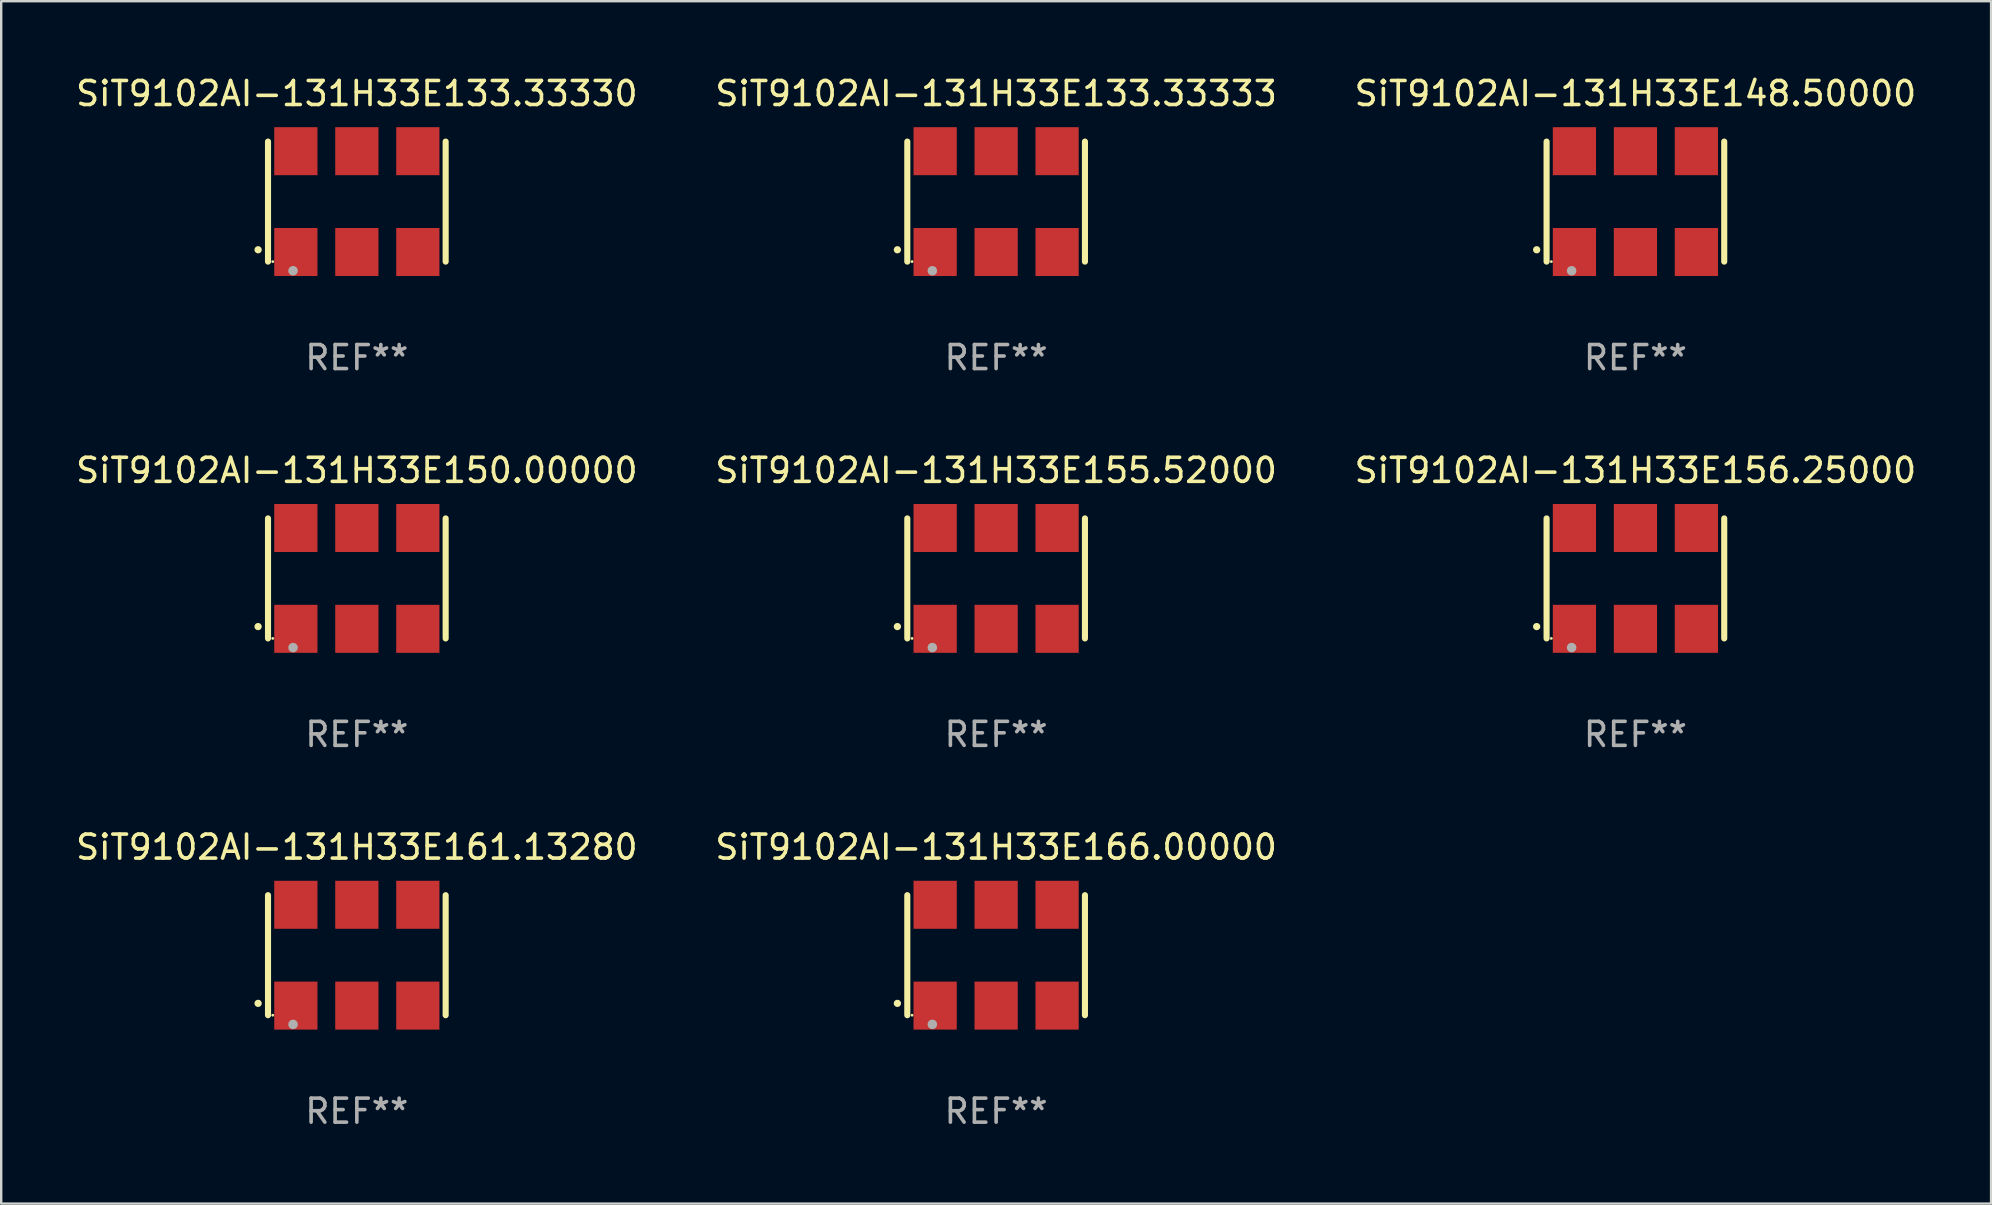
<source format=kicad_pcb>
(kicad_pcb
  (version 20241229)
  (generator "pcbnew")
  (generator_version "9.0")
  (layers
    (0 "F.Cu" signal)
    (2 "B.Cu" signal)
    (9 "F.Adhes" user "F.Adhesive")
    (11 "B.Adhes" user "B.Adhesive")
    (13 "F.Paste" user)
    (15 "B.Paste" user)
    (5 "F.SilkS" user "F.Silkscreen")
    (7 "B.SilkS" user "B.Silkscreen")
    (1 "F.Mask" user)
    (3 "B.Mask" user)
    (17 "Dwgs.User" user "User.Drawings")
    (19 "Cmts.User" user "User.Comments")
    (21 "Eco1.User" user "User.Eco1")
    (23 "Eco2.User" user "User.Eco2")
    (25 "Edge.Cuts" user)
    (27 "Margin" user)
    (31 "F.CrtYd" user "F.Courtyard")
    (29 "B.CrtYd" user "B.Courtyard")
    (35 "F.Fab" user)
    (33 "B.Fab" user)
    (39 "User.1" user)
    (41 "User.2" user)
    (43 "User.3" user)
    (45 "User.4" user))
  (footprint "SiT9102AI-131H33E161.13280"
    (layer "F.Cu")
    (at 11.815 36.741)
    (property "Reference" "SiT9102AI-131H33E161.13280" (at 0 -4.5 0) (layer "F.SilkS") (effects (font (size 1 1) (thickness 0.15))))
    (attr through_hole)
    (fp_line (start -3.7 -2.5) (end -3.7 2.5) (stroke (width 0.254) (type solid)) (layer "F.SilkS"))
    (fp_line (start 3.7 -2.5) (end 3.7 2.5) (stroke (width 0.254) (type solid)) (layer "F.SilkS"))
    (fp_arc (start -4.114415 2.006604) (mid -4.113145 2.006599) (end -4.111875 2.006604) (stroke (width 0.3) (type solid)) (layer "F.SilkS"))
    (fp_circle (center -3.502 2.5) (end -3.472 2.5) (stroke (width 0.06) (type solid)) (fill no) (layer "F.SilkS"))
    (fp_circle (center -2.657 2.882) (end -2.557 2.882) (stroke (width 0.2) (type solid)) (fill no) (layer "F.Fab"))
    (fp_text user "REF**" (at 0 6.5 0) (layer "F.Fab") (effects (font (size 1 1) (thickness 0.15))))
    (pad "1" smd rect (at -2.54 2.1) (size 1.8 2) (layers "F.Cu" "F.Mask" "F.Paste"))
    (pad "2" smd rect (at 0.000394 2.1) (size 1.8 2) (layers "F.Cu" "F.Mask" "F.Paste"))
    (pad "3" smd rect (at 2.54 2.1) (size 1.8 2) (layers "F.Cu" "F.Mask" "F.Paste"))
    (pad "4" smd rect (at 2.54 -2.1) (size 1.8 2) (layers "F.Cu" "F.Mask" "F.Paste"))
    (pad "5" smd rect (at 0.000394 -2.1) (size 1.8 2) (layers "F.Cu" "F.Mask" "F.Paste"))
    (pad "6" smd rect (at -2.54 -2.1) (size 1.8 2) (layers "F.Cu" "F.Mask" "F.Paste")))
  (footprint "SiT9102AI-131H33E150.00000"
    (layer "F.Cu")
    (at 11.815 21.045)
    (property "Reference" "SiT9102AI-131H33E150.00000" (at 0 -4.5 0) (layer "F.SilkS") (effects (font (size 1 1) (thickness 0.15))))
    (attr through_hole)
    (fp_line (start -3.7 -2.5) (end -3.7 2.5) (stroke (width 0.254) (type solid)) (layer "F.SilkS"))
    (fp_line (start 3.7 -2.5) (end 3.7 2.5) (stroke (width 0.254) (type solid)) (layer "F.SilkS"))
    (fp_arc (start -4.114415 2.006604) (mid -4.113145 2.006599) (end -4.111875 2.006604) (stroke (width 0.3) (type solid)) (layer "F.SilkS"))
    (fp_circle (center -3.502 2.5) (end -3.472 2.5) (stroke (width 0.06) (type solid)) (fill no) (layer "F.SilkS"))
    (fp_circle (center -2.657 2.882) (end -2.557 2.882) (stroke (width 0.2) (type solid)) (fill no) (layer "F.Fab"))
    (fp_text user "REF**" (at 0 6.5 0) (layer "F.Fab") (effects (font (size 1 1) (thickness 0.15))))
    (pad "1" smd rect (at -2.54 2.1) (size 1.8 2) (layers "F.Cu" "F.Mask" "F.Paste"))
    (pad "2" smd rect (at 0.000394 2.1) (size 1.8 2) (layers "F.Cu" "F.Mask" "F.Paste"))
    (pad "3" smd rect (at 2.54 2.1) (size 1.8 2) (layers "F.Cu" "F.Mask" "F.Paste"))
    (pad "4" smd rect (at 2.54 -2.1) (size 1.8 2) (layers "F.Cu" "F.Mask" "F.Paste"))
    (pad "5" smd rect (at 0.000394 -2.1) (size 1.8 2) (layers "F.Cu" "F.Mask" "F.Paste"))
    (pad "6" smd rect (at -2.54 -2.1) (size 1.8 2) (layers "F.Cu" "F.Mask" "F.Paste")))
  (footprint "SiT9102AI-131H33E156.25000"
    (layer "F.Cu")
    (at 65.077 21.045)
    (property "Reference" "SiT9102AI-131H33E156.25000" (at 0 -4.5 0) (layer "F.SilkS") (effects (font (size 1 1) (thickness 0.15))))
    (attr through_hole)
    (fp_line (start -3.7 -2.5) (end -3.7 2.5) (stroke (width 0.254) (type solid)) (layer "F.SilkS"))
    (fp_line (start 3.7 -2.5) (end 3.7 2.5) (stroke (width 0.254) (type solid)) (layer "F.SilkS"))
    (fp_arc (start -4.114415 2.006604) (mid -4.113145 2.006599) (end -4.111875 2.006604) (stroke (width 0.3) (type solid)) (layer "F.SilkS"))
    (fp_circle (center -3.502 2.5) (end -3.472 2.5) (stroke (width 0.06) (type solid)) (fill no) (layer "F.SilkS"))
    (fp_circle (center -2.657 2.882) (end -2.557 2.882) (stroke (width 0.2) (type solid)) (fill no) (layer "F.Fab"))
    (fp_text user "REF**" (at 0 6.5 0) (layer "F.Fab") (effects (font (size 1 1) (thickness 0.15))))
    (pad "1" smd rect (at -2.54 2.1) (size 1.8 2) (layers "F.Cu" "F.Mask" "F.Paste"))
    (pad "2" smd rect (at 0.000394 2.1) (size 1.8 2) (layers "F.Cu" "F.Mask" "F.Paste"))
    (pad "3" smd rect (at 2.54 2.1) (size 1.8 2) (layers "F.Cu" "F.Mask" "F.Paste"))
    (pad "4" smd rect (at 2.54 -2.1) (size 1.8 2) (layers "F.Cu" "F.Mask" "F.Paste"))
    (pad "5" smd rect (at 0.000394 -2.1) (size 1.8 2) (layers "F.Cu" "F.Mask" "F.Paste"))
    (pad "6" smd rect (at -2.54 -2.1) (size 1.8 2) (layers "F.Cu" "F.Mask" "F.Paste")))
  (footprint "SiT9102AI-131H33E133.33330"
    (layer "F.Cu")
    (at 11.815 5.348)
    (property "Reference" "SiT9102AI-131H33E133.33330" (at 0 -4.5 0) (layer "F.SilkS") (effects (font (size 1 1) (thickness 0.15))))
    (attr through_hole)
    (fp_line (start -3.7 -2.5) (end -3.7 2.5) (stroke (width 0.254) (type solid)) (layer "F.SilkS"))
    (fp_line (start 3.7 -2.5) (end 3.7 2.5) (stroke (width 0.254) (type solid)) (layer "F.SilkS"))
    (fp_arc (start -4.114415 2.006604) (mid -4.113145 2.006599) (end -4.111875 2.006604) (stroke (width 0.3) (type solid)) (layer "F.SilkS"))
    (fp_circle (center -3.502 2.5) (end -3.472 2.5) (stroke (width 0.06) (type solid)) (fill no) (layer "F.SilkS"))
    (fp_circle (center -2.657 2.882) (end -2.557 2.882) (stroke (width 0.2) (type solid)) (fill no) (layer "F.Fab"))
    (fp_text user "REF**" (at 0 6.5 0) (layer "F.Fab") (effects (font (size 1 1) (thickness 0.15))))
    (pad "1" smd rect (at -2.54 2.1) (size 1.8 2) (layers "F.Cu" "F.Mask" "F.Paste"))
    (pad "2" smd rect (at 0.000394 2.1) (size 1.8 2) (layers "F.Cu" "F.Mask" "F.Paste"))
    (pad "3" smd rect (at 2.54 2.1) (size 1.8 2) (layers "F.Cu" "F.Mask" "F.Paste"))
    (pad "4" smd rect (at 2.54 -2.1) (size 1.8 2) (layers "F.Cu" "F.Mask" "F.Paste"))
    (pad "5" smd rect (at 0.000394 -2.1) (size 1.8 2) (layers "F.Cu" "F.Mask" "F.Paste"))
    (pad "6" smd rect (at -2.54 -2.1) (size 1.8 2) (layers "F.Cu" "F.Mask" "F.Paste")))
  (footprint "SiT9102AI-131H33E148.50000"
    (layer "F.Cu")
    (at 65.077 5.348)
    (property "Reference" "SiT9102AI-131H33E148.50000" (at 0 -4.5 0) (layer "F.SilkS") (effects (font (size 1 1) (thickness 0.15))))
    (attr through_hole)
    (fp_line (start -3.7 -2.5) (end -3.7 2.5) (stroke (width 0.254) (type solid)) (layer "F.SilkS"))
    (fp_line (start 3.7 -2.5) (end 3.7 2.5) (stroke (width 0.254) (type solid)) (layer "F.SilkS"))
    (fp_arc (start -4.114415 2.006604) (mid -4.113145 2.006599) (end -4.111875 2.006604) (stroke (width 0.3) (type solid)) (layer "F.SilkS"))
    (fp_circle (center -3.502 2.5) (end -3.472 2.5) (stroke (width 0.06) (type solid)) (fill no) (layer "F.SilkS"))
    (fp_circle (center -2.657 2.882) (end -2.557 2.882) (stroke (width 0.2) (type solid)) (fill no) (layer "F.Fab"))
    (fp_text user "REF**" (at 0 6.5 0) (layer "F.Fab") (effects (font (size 1 1) (thickness 0.15))))
    (pad "1" smd rect (at -2.54 2.1) (size 1.8 2) (layers "F.Cu" "F.Mask" "F.Paste"))
    (pad "2" smd rect (at 0.000394 2.1) (size 1.8 2) (layers "F.Cu" "F.Mask" "F.Paste"))
    (pad "3" smd rect (at 2.54 2.1) (size 1.8 2) (layers "F.Cu" "F.Mask" "F.Paste"))
    (pad "4" smd rect (at 2.54 -2.1) (size 1.8 2) (layers "F.Cu" "F.Mask" "F.Paste"))
    (pad "5" smd rect (at 0.000394 -2.1) (size 1.8 2) (layers "F.Cu" "F.Mask" "F.Paste"))
    (pad "6" smd rect (at -2.54 -2.1) (size 1.8 2) (layers "F.Cu" "F.Mask" "F.Paste")))
  (footprint "SiT9102AI-131H33E133.33333"
    (layer "F.Cu")
    (at 38.446 5.348)
    (property "Reference" "SiT9102AI-131H33E133.33333" (at 0 -4.5 0) (layer "F.SilkS") (effects (font (size 1 1) (thickness 0.15))))
    (attr through_hole)
    (fp_line (start -3.7 -2.5) (end -3.7 2.5) (stroke (width 0.254) (type solid)) (layer "F.SilkS"))
    (fp_line (start 3.7 -2.5) (end 3.7 2.5) (stroke (width 0.254) (type solid)) (layer "F.SilkS"))
    (fp_arc (start -4.114415 2.006604) (mid -4.113145 2.006599) (end -4.111875 2.006604) (stroke (width 0.3) (type solid)) (layer "F.SilkS"))
    (fp_circle (center -3.502 2.5) (end -3.472 2.5) (stroke (width 0.06) (type solid)) (fill no) (layer "F.SilkS"))
    (fp_circle (center -2.657 2.882) (end -2.557 2.882) (stroke (width 0.2) (type solid)) (fill no) (layer "F.Fab"))
    (fp_text user "REF**" (at 0 6.5 0) (layer "F.Fab") (effects (font (size 1 1) (thickness 0.15))))
    (pad "1" smd rect (at -2.54 2.1) (size 1.8 2) (layers "F.Cu" "F.Mask" "F.Paste"))
    (pad "2" smd rect (at 0.000394 2.1) (size 1.8 2) (layers "F.Cu" "F.Mask" "F.Paste"))
    (pad "3" smd rect (at 2.54 2.1) (size 1.8 2) (layers "F.Cu" "F.Mask" "F.Paste"))
    (pad "4" smd rect (at 2.54 -2.1) (size 1.8 2) (layers "F.Cu" "F.Mask" "F.Paste"))
    (pad "5" smd rect (at 0.000394 -2.1) (size 1.8 2) (layers "F.Cu" "F.Mask" "F.Paste"))
    (pad "6" smd rect (at -2.54 -2.1) (size 1.8 2) (layers "F.Cu" "F.Mask" "F.Paste")))
  (footprint "SiT9102AI-131H33E155.52000"
    (layer "F.Cu")
    (at 38.446 21.045)
    (property "Reference" "SiT9102AI-131H33E155.52000" (at 0 -4.5 0) (layer "F.SilkS") (effects (font (size 1 1) (thickness 0.15))))
    (attr through_hole)
    (fp_line (start -3.7 -2.5) (end -3.7 2.5) (stroke (width 0.254) (type solid)) (layer "F.SilkS"))
    (fp_line (start 3.7 -2.5) (end 3.7 2.5) (stroke (width 0.254) (type solid)) (layer "F.SilkS"))
    (fp_arc (start -4.114415 2.006604) (mid -4.113145 2.006599) (end -4.111875 2.006604) (stroke (width 0.3) (type solid)) (layer "F.SilkS"))
    (fp_circle (center -3.502 2.5) (end -3.472 2.5) (stroke (width 0.06) (type solid)) (fill no) (layer "F.SilkS"))
    (fp_circle (center -2.657 2.882) (end -2.557 2.882) (stroke (width 0.2) (type solid)) (fill no) (layer "F.Fab"))
    (fp_text user "REF**" (at 0 6.5 0) (layer "F.Fab") (effects (font (size 1 1) (thickness 0.15))))
    (pad "1" smd rect (at -2.54 2.1) (size 1.8 2) (layers "F.Cu" "F.Mask" "F.Paste"))
    (pad "2" smd rect (at 0.000394 2.1) (size 1.8 2) (layers "F.Cu" "F.Mask" "F.Paste"))
    (pad "3" smd rect (at 2.54 2.1) (size 1.8 2) (layers "F.Cu" "F.Mask" "F.Paste"))
    (pad "4" smd rect (at 2.54 -2.1) (size 1.8 2) (layers "F.Cu" "F.Mask" "F.Paste"))
    (pad "5" smd rect (at 0.000394 -2.1) (size 1.8 2) (layers "F.Cu" "F.Mask" "F.Paste"))
    (pad "6" smd rect (at -2.54 -2.1) (size 1.8 2) (layers "F.Cu" "F.Mask" "F.Paste")))
  (footprint "SiT9102AI-131H33E166.00000"
    (layer "F.Cu")
    (at 38.446 36.741)
    (property "Reference" "SiT9102AI-131H33E166.00000" (at 0 -4.5 0) (layer "F.SilkS") (effects (font (size 1 1) (thickness 0.15))))
    (attr through_hole)
    (fp_line (start -3.7 -2.5) (end -3.7 2.5) (stroke (width 0.254) (type solid)) (layer "F.SilkS"))
    (fp_line (start 3.7 -2.5) (end 3.7 2.5) (stroke (width 0.254) (type solid)) (layer "F.SilkS"))
    (fp_arc (start -4.114415 2.006604) (mid -4.113145 2.006599) (end -4.111875 2.006604) (stroke (width 0.3) (type solid)) (layer "F.SilkS"))
    (fp_circle (center -3.502 2.5) (end -3.472 2.5) (stroke (width 0.06) (type solid)) (fill no) (layer "F.SilkS"))
    (fp_circle (center -2.657 2.882) (end -2.557 2.882) (stroke (width 0.2) (type solid)) (fill no) (layer "F.Fab"))
    (fp_text user "REF**" (at 0 6.5 0) (layer "F.Fab") (effects (font (size 1 1) (thickness 0.15))))
    (pad "1" smd rect (at -2.54 2.1) (size 1.8 2) (layers "F.Cu" "F.Mask" "F.Paste"))
    (pad "2" smd rect (at 0.000394 2.1) (size 1.8 2) (layers "F.Cu" "F.Mask" "F.Paste"))
    (pad "3" smd rect (at 2.54 2.1) (size 1.8 2) (layers "F.Cu" "F.Mask" "F.Paste"))
    (pad "4" smd rect (at 2.54 -2.1) (size 1.8 2) (layers "F.Cu" "F.Mask" "F.Paste"))
    (pad "5" smd rect (at 0.000394 -2.1) (size 1.8 2) (layers "F.Cu" "F.Mask" "F.Paste"))
    (pad "6" smd rect (at -2.54 -2.1) (size 1.8 2) (layers "F.Cu" "F.Mask" "F.Paste")))
  (gr_rect
    (start -3 -3)
    (end 79.893 47.09)
    (stroke (width 0.1) (type default))
    (fill no)
    (layer "Edge.Cuts")))
</source>
